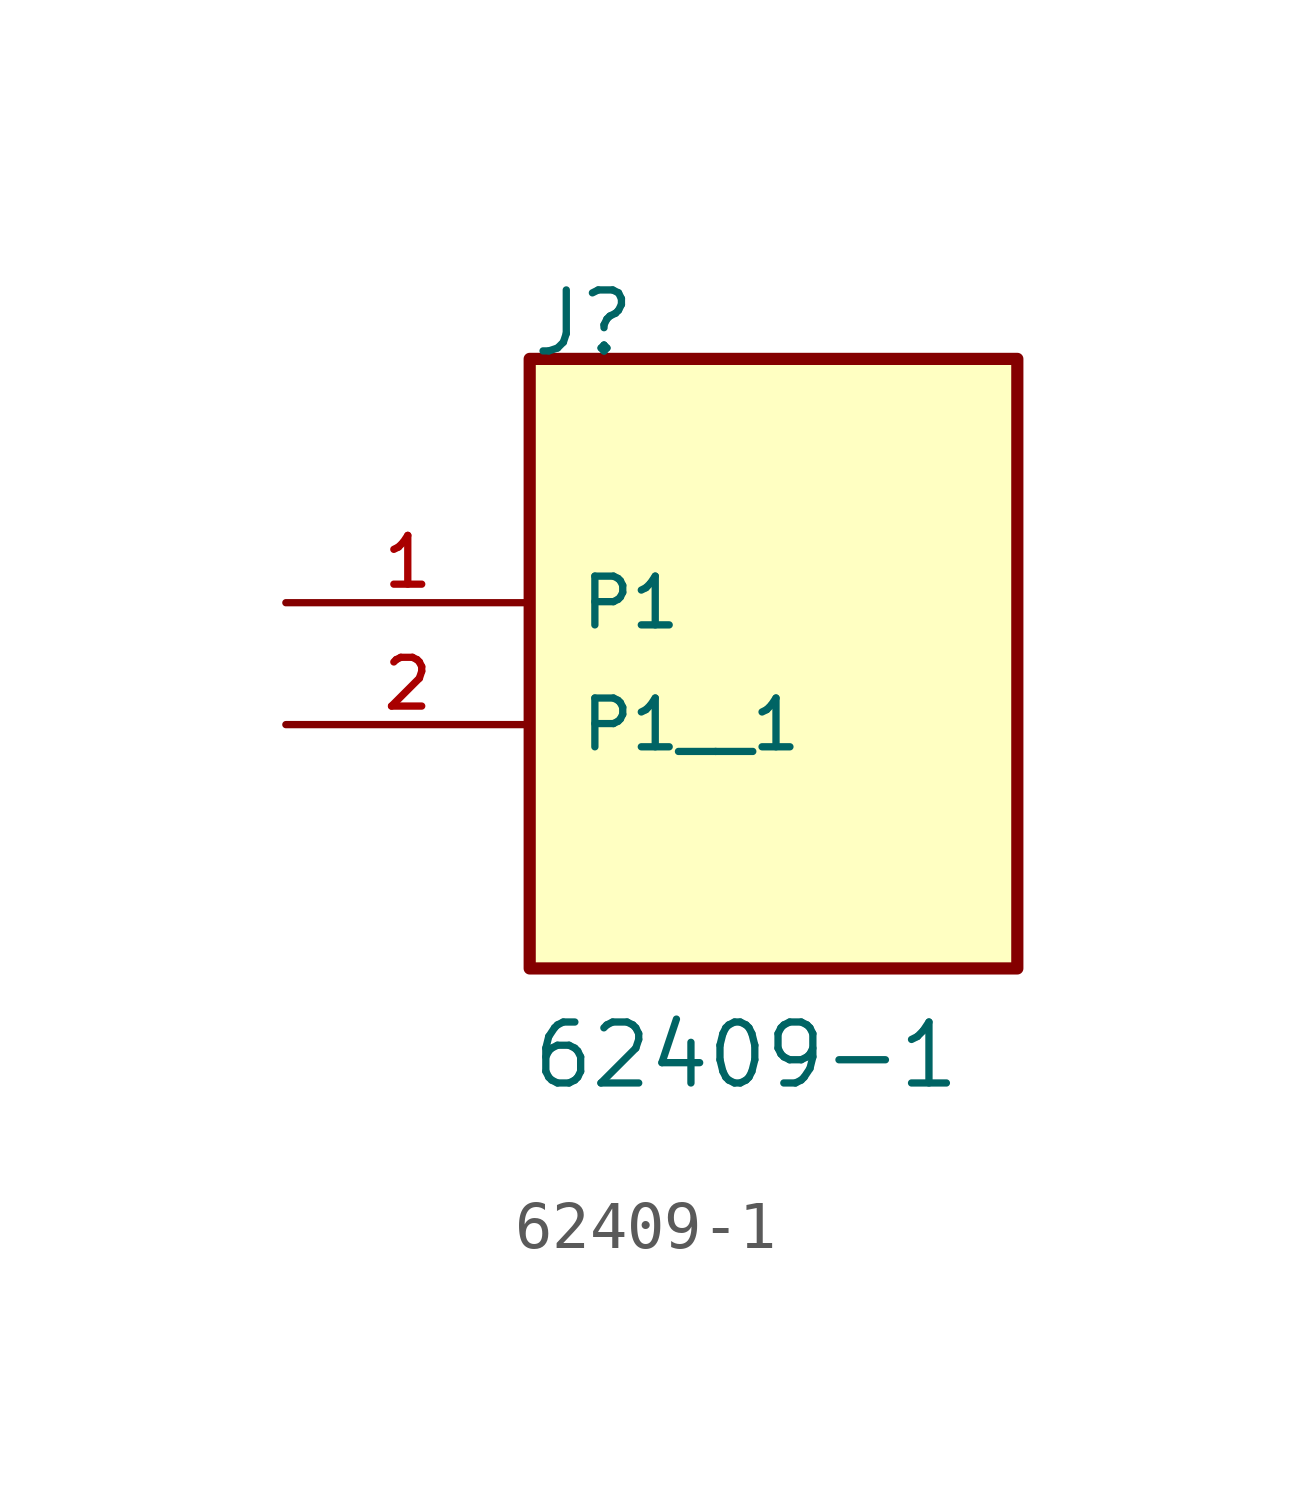
<source format=kicad_sym>
(kicad_symbol_lib
  (version 20211014)
  (generator kicad_symbol_editor)
  (symbol "62409-1"
    (pin_names
      (offset 1.016))
    (property "Reference" "J"
      (at -5.083 5.083 0)
      (effects (font (size 1.27 1.27)) (justify bottom left)))
    (property "Value" "62409-1"
      (at -5.086 -10.17 0)
      (effects (font (size 1.27 1.27)) (justify bottom left)))
    (symbol "62409-1_0_0"
      (rectangle (start -5.08 -7.62) (end 5.08 5.08) (stroke (width 0.254)) (fill (type background)))
      (pin passive line (at -10.16 0.0 0) (length 5.08) (name "P1" (effects (font (size 1.016 1.016)))) (number "1" (effects (font (size 1.016 1.016)))))
      (pin passive line (at -10.16 -2.54 0) (length 5.08) (name "P1__1" (effects (font (size 1.016 1.016)))) (number "2" (effects (font (size 1.016 1.016))))))))
</source>
